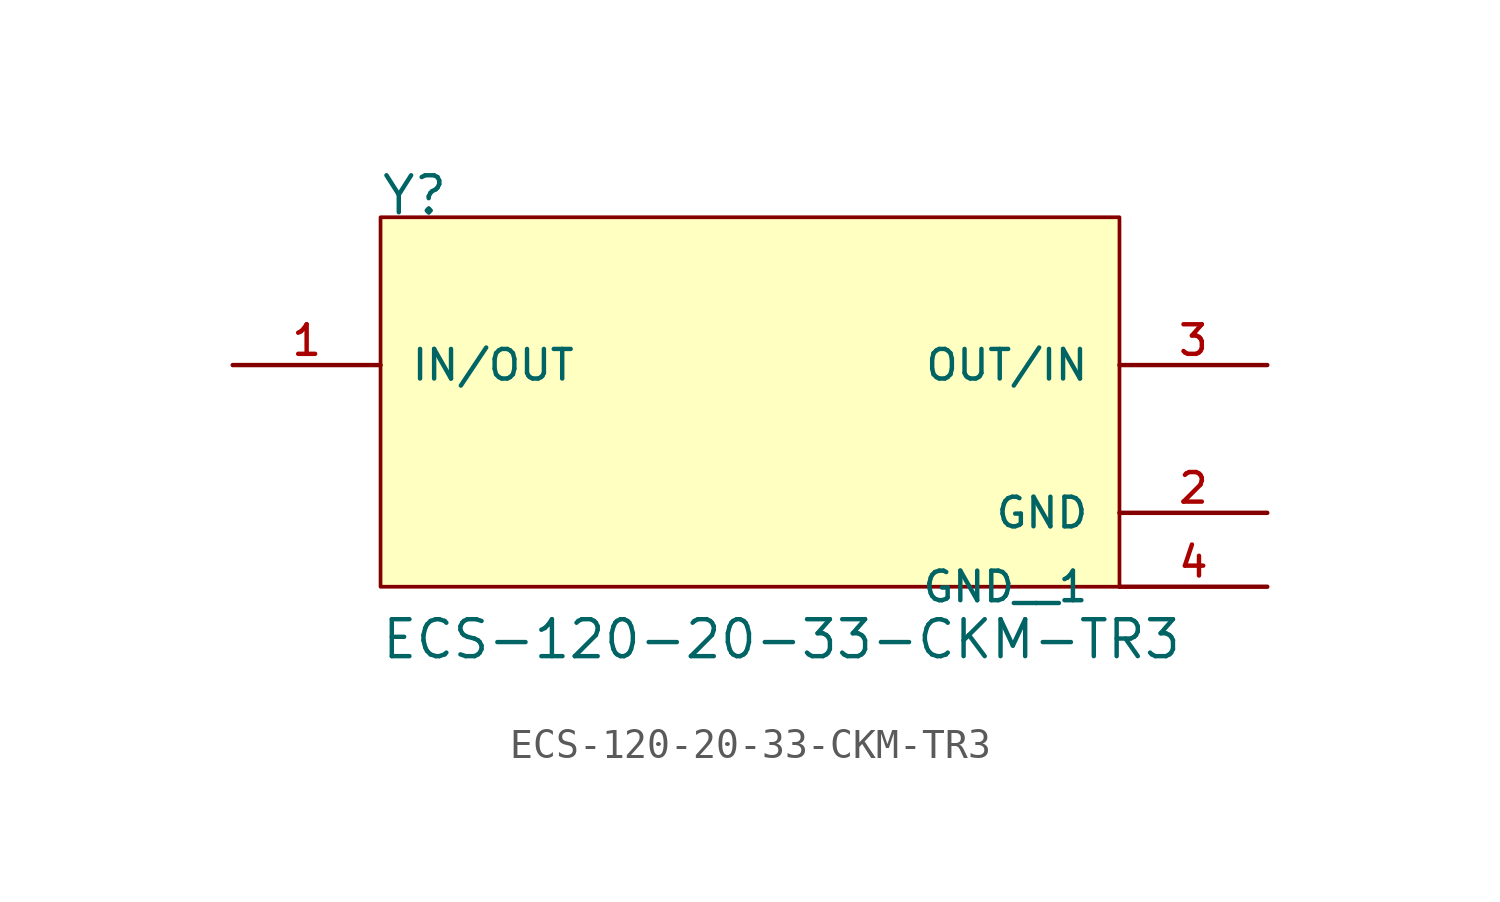
<source format=kicad_sym>
(kicad_symbol_lib
  (version 20211014)
  (generator kicad_symbol_editor)
  (symbol "ECS-120-20-33-CKM-TR3"
    (pin_names
      (offset 1.016))
    (property "Reference" "Y"
      (at -12.717 7.63 0)
      (effects (font (size 1.27 1.27)) (justify bottom left)))
    (property "Value" "ECS-120-20-33-CKM-TR3"
      (at -12.715 -7.629 0)
      (effects (font (size 1.27 1.27)) (justify bottom left)))
    (symbol "ECS-120-20-33-CKM-TR3_0_0"
      (rectangle (start -12.7 -5.08) (end 12.7 7.62) (stroke (width 0.127)) (fill (type background)))
      (pin bidirectional line (at 17.78 2.54 180.0) (length 5.08) (name "OUT/IN" (effects (font (size 1.016 1.016)))) (number "3" (effects (font (size 1.016 1.016)))))
      (pin bidirectional line (at -17.78 2.54 0) (length 5.08) (name "IN/OUT" (effects (font (size 1.016 1.016)))) (number "1" (effects (font (size 1.016 1.016)))))
      (pin power_in line (at 17.78 -2.54 180.0) (length 5.08) (name "GND" (effects (font (size 1.016 1.016)))) (number "2" (effects (font (size 1.016 1.016)))))
      (pin power_in line (at 17.78 -5.08 180.0) (length 5.08) (name "GND__1" (effects (font (size 1.016 1.016)))) (number "4" (effects (font (size 1.016 1.016))))))))
</source>
